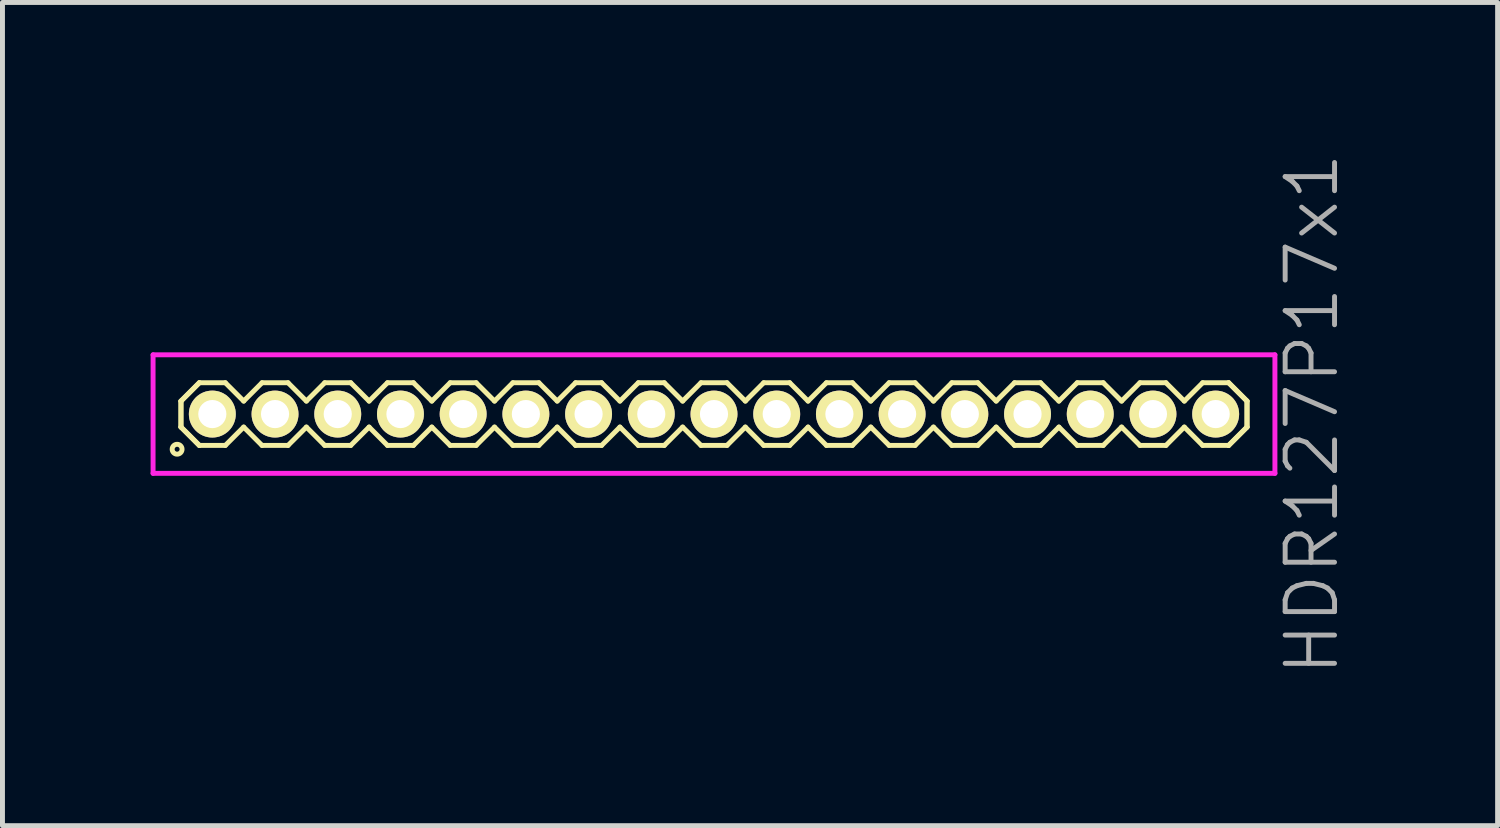
<source format=kicad_pcb>
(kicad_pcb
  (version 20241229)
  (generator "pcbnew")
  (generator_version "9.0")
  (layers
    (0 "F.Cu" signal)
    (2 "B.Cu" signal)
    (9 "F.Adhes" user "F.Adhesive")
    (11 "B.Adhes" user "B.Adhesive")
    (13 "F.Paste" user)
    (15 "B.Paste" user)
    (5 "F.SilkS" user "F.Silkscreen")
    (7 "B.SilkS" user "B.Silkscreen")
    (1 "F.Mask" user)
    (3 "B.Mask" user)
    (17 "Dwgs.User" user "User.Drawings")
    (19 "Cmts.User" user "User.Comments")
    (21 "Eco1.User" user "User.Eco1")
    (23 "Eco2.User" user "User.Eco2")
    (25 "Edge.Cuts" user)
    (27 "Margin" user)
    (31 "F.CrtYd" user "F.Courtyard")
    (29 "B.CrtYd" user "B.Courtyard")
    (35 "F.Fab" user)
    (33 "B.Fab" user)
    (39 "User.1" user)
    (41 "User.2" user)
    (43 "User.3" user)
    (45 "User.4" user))
  (footprint "HDR127P17x1"
    (layer "F.Cu")
    (at 11.41 5.336)
    (property "Reference" "HDR127P17x1" (at 12.11 0 90) (layer "F.Fab") (effects (font (size 1 1) (thickness 0.1))))
    (attr through_hole)
    (fp_line (start -10.795 -0.263) (end -10.423 -0.635) (stroke (width 0.1) (type solid)) (layer "F.SilkS"))
    (fp_line (start -10.795 -0.263) (end -10.423 -0.635) (stroke (width 0.1) (type solid)) (layer "F.SilkS"))
    (fp_line (start -10.795 0.263) (end -10.795 -0.263) (stroke (width 0.1) (type solid)) (layer "F.SilkS"))
    (fp_line (start -10.795 0.263) (end -10.795 -0.263) (stroke (width 0.1) (type solid)) (layer "F.SilkS"))
    (fp_line (start -10.423 -0.635) (end -9.897 -0.635) (stroke (width 0.1) (type solid)) (layer "F.SilkS"))
    (fp_line (start -10.423 0.635) (end -10.795 0.263) (stroke (width 0.1) (type solid)) (layer "F.SilkS"))
    (fp_line (start -10.423 0.635) (end -10.795 0.263) (stroke (width 0.1) (type solid)) (layer "F.SilkS"))
    (fp_line (start -9.897 -0.635) (end -9.525 -0.263) (stroke (width 0.1) (type solid)) (layer "F.SilkS"))
    (fp_line (start -9.897 0.635) (end -10.423 0.635) (stroke (width 0.1) (type solid)) (layer "F.SilkS"))
    (fp_line (start -9.525 -0.263) (end -9.153 -0.635) (stroke (width 0.1) (type solid)) (layer "F.SilkS"))
    (fp_line (start -9.525 0.263) (end -9.897 0.635) (stroke (width 0.1) (type solid)) (layer "F.SilkS"))
    (fp_line (start -9.153 -0.635) (end -8.627 -0.635) (stroke (width 0.1) (type solid)) (layer "F.SilkS"))
    (fp_line (start -9.153 0.635) (end -9.525 0.263) (stroke (width 0.1) (type solid)) (layer "F.SilkS"))
    (fp_line (start -8.627 -0.635) (end -8.255 -0.263) (stroke (width 0.1) (type solid)) (layer "F.SilkS"))
    (fp_line (start -8.627 0.635) (end -9.153 0.635) (stroke (width 0.1) (type solid)) (layer "F.SilkS"))
    (fp_line (start -8.255 -0.263) (end -7.883 -0.635) (stroke (width 0.1) (type solid)) (layer "F.SilkS"))
    (fp_line (start -8.255 0.263) (end -8.627 0.635) (stroke (width 0.1) (type solid)) (layer "F.SilkS"))
    (fp_line (start -7.883 -0.635) (end -7.357 -0.635) (stroke (width 0.1) (type solid)) (layer "F.SilkS"))
    (fp_line (start -7.883 0.635) (end -8.255 0.263) (stroke (width 0.1) (type solid)) (layer "F.SilkS"))
    (fp_line (start -7.357 -0.635) (end -6.985 -0.263) (stroke (width 0.1) (type solid)) (layer "F.SilkS"))
    (fp_line (start -7.357 0.635) (end -7.883 0.635) (stroke (width 0.1) (type solid)) (layer "F.SilkS"))
    (fp_line (start -6.985 -0.263) (end -6.613 -0.635) (stroke (width 0.1) (type solid)) (layer "F.SilkS"))
    (fp_line (start -6.985 0.263) (end -7.357 0.635) (stroke (width 0.1) (type solid)) (layer "F.SilkS"))
    (fp_line (start -6.613 -0.635) (end -6.087 -0.635) (stroke (width 0.1) (type solid)) (layer "F.SilkS"))
    (fp_line (start -6.613 0.635) (end -6.985 0.263) (stroke (width 0.1) (type solid)) (layer "F.SilkS"))
    (fp_line (start -6.087 -0.635) (end -5.715 -0.263) (stroke (width 0.1) (type solid)) (layer "F.SilkS"))
    (fp_line (start -6.087 0.635) (end -6.613 0.635) (stroke (width 0.1) (type solid)) (layer "F.SilkS"))
    (fp_line (start -5.715 -0.263) (end -5.343 -0.635) (stroke (width 0.1) (type solid)) (layer "F.SilkS"))
    (fp_line (start -5.715 0.263) (end -6.087 0.635) (stroke (width 0.1) (type solid)) (layer "F.SilkS"))
    (fp_line (start -5.343 -0.635) (end -4.817 -0.635) (stroke (width 0.1) (type solid)) (layer "F.SilkS"))
    (fp_line (start -5.343 0.635) (end -5.715 0.263) (stroke (width 0.1) (type solid)) (layer "F.SilkS"))
    (fp_line (start -4.817 -0.635) (end -4.445 -0.263) (stroke (width 0.1) (type solid)) (layer "F.SilkS"))
    (fp_line (start -4.817 0.635) (end -5.343 0.635) (stroke (width 0.1) (type solid)) (layer "F.SilkS"))
    (fp_line (start -4.445 -0.263) (end -4.073 -0.635) (stroke (width 0.1) (type solid)) (layer "F.SilkS"))
    (fp_line (start -4.445 0.263) (end -4.817 0.635) (stroke (width 0.1) (type solid)) (layer "F.SilkS"))
    (fp_line (start -4.073 -0.635) (end -3.547 -0.635) (stroke (width 0.1) (type solid)) (layer "F.SilkS"))
    (fp_line (start -4.073 0.635) (end -4.445 0.263) (stroke (width 0.1) (type solid)) (layer "F.SilkS"))
    (fp_line (start -3.547 -0.635) (end -3.175 -0.263) (stroke (width 0.1) (type solid)) (layer "F.SilkS"))
    (fp_line (start -3.547 0.635) (end -4.073 0.635) (stroke (width 0.1) (type solid)) (layer "F.SilkS"))
    (fp_line (start -3.175 -0.263) (end -2.803 -0.635) (stroke (width 0.1) (type solid)) (layer "F.SilkS"))
    (fp_line (start -3.175 0.263) (end -3.547 0.635) (stroke (width 0.1) (type solid)) (layer "F.SilkS"))
    (fp_line (start -2.803 -0.635) (end -2.277 -0.635) (stroke (width 0.1) (type solid)) (layer "F.SilkS"))
    (fp_line (start -2.803 0.635) (end -3.175 0.263) (stroke (width 0.1) (type solid)) (layer "F.SilkS"))
    (fp_line (start -2.277 -0.635) (end -1.905 -0.263) (stroke (width 0.1) (type solid)) (layer "F.SilkS"))
    (fp_line (start -2.277 0.635) (end -2.803 0.635) (stroke (width 0.1) (type solid)) (layer "F.SilkS"))
    (fp_line (start -1.905 -0.263) (end -1.533 -0.635) (stroke (width 0.1) (type solid)) (layer "F.SilkS"))
    (fp_line (start -1.905 0.263) (end -2.277 0.635) (stroke (width 0.1) (type solid)) (layer "F.SilkS"))
    (fp_line (start -1.533 -0.635) (end -1.007 -0.635) (stroke (width 0.1) (type solid)) (layer "F.SilkS"))
    (fp_line (start -1.533 0.635) (end -1.905 0.263) (stroke (width 0.1) (type solid)) (layer "F.SilkS"))
    (fp_line (start -1.007 -0.635) (end -0.635 -0.263) (stroke (width 0.1) (type solid)) (layer "F.SilkS"))
    (fp_line (start -1.007 0.635) (end -1.533 0.635) (stroke (width 0.1) (type solid)) (layer "F.SilkS"))
    (fp_line (start -0.635 -0.263) (end -0.263 -0.635) (stroke (width 0.1) (type solid)) (layer "F.SilkS"))
    (fp_line (start -0.635 0.263) (end -1.007 0.635) (stroke (width 0.1) (type solid)) (layer "F.SilkS"))
    (fp_line (start -0.263 -0.635) (end 0.263 -0.635) (stroke (width 0.1) (type solid)) (layer "F.SilkS"))
    (fp_line (start -0.263 0.635) (end -0.635 0.263) (stroke (width 0.1) (type solid)) (layer "F.SilkS"))
    (fp_line (start 0.263 -0.635) (end 0.635 -0.263) (stroke (width 0.1) (type solid)) (layer "F.SilkS"))
    (fp_line (start 0.263 0.635) (end -0.263 0.635) (stroke (width 0.1) (type solid)) (layer "F.SilkS"))
    (fp_line (start 0.635 -0.263) (end 1.007 -0.635) (stroke (width 0.1) (type solid)) (layer "F.SilkS"))
    (fp_line (start 0.635 0.263) (end 0.263 0.635) (stroke (width 0.1) (type solid)) (layer "F.SilkS"))
    (fp_line (start 1.007 -0.635) (end 1.533 -0.635) (stroke (width 0.1) (type solid)) (layer "F.SilkS"))
    (fp_line (start 1.007 0.635) (end 0.635 0.263) (stroke (width 0.1) (type solid)) (layer "F.SilkS"))
    (fp_line (start 1.533 -0.635) (end 1.905 -0.263) (stroke (width 0.1) (type solid)) (layer "F.SilkS"))
    (fp_line (start 1.533 0.635) (end 1.007 0.635) (stroke (width 0.1) (type solid)) (layer "F.SilkS"))
    (fp_line (start 1.905 -0.263) (end 2.277 -0.635) (stroke (width 0.1) (type solid)) (layer "F.SilkS"))
    (fp_line (start 1.905 0.263) (end 1.533 0.635) (stroke (width 0.1) (type solid)) (layer "F.SilkS"))
    (fp_line (start 2.277 -0.635) (end 2.803 -0.635) (stroke (width 0.1) (type solid)) (layer "F.SilkS"))
    (fp_line (start 2.277 0.635) (end 1.905 0.263) (stroke (width 0.1) (type solid)) (layer "F.SilkS"))
    (fp_line (start 2.803 -0.635) (end 3.175 -0.263) (stroke (width 0.1) (type solid)) (layer "F.SilkS"))
    (fp_line (start 2.803 0.635) (end 2.277 0.635) (stroke (width 0.1) (type solid)) (layer "F.SilkS"))
    (fp_line (start 3.175 -0.263) (end 3.547 -0.635) (stroke (width 0.1) (type solid)) (layer "F.SilkS"))
    (fp_line (start 3.175 0.263) (end 2.803 0.635) (stroke (width 0.1) (type solid)) (layer "F.SilkS"))
    (fp_line (start 3.547 -0.635) (end 4.073 -0.635) (stroke (width 0.1) (type solid)) (layer "F.SilkS"))
    (fp_line (start 3.547 0.635) (end 3.175 0.263) (stroke (width 0.1) (type solid)) (layer "F.SilkS"))
    (fp_line (start 4.073 -0.635) (end 4.445 -0.263) (stroke (width 0.1) (type solid)) (layer "F.SilkS"))
    (fp_line (start 4.073 0.635) (end 3.547 0.635) (stroke (width 0.1) (type solid)) (layer "F.SilkS"))
    (fp_line (start 4.445 -0.263) (end 4.817 -0.635) (stroke (width 0.1) (type solid)) (layer "F.SilkS"))
    (fp_line (start 4.445 0.263) (end 4.073 0.635) (stroke (width 0.1) (type solid)) (layer "F.SilkS"))
    (fp_line (start 4.817 -0.635) (end 5.343 -0.635) (stroke (width 0.1) (type solid)) (layer "F.SilkS"))
    (fp_line (start 4.817 0.635) (end 4.445 0.263) (stroke (width 0.1) (type solid)) (layer "F.SilkS"))
    (fp_line (start 5.343 -0.635) (end 5.715 -0.263) (stroke (width 0.1) (type solid)) (layer "F.SilkS"))
    (fp_line (start 5.343 0.635) (end 4.817 0.635) (stroke (width 0.1) (type solid)) (layer "F.SilkS"))
    (fp_line (start 5.715 -0.263) (end 6.087 -0.635) (stroke (width 0.1) (type solid)) (layer "F.SilkS"))
    (fp_line (start 5.715 0.263) (end 5.343 0.635) (stroke (width 0.1) (type solid)) (layer "F.SilkS"))
    (fp_line (start 6.087 -0.635) (end 6.613 -0.635) (stroke (width 0.1) (type solid)) (layer "F.SilkS"))
    (fp_line (start 6.087 0.635) (end 5.715 0.263) (stroke (width 0.1) (type solid)) (layer "F.SilkS"))
    (fp_line (start 6.613 -0.635) (end 6.985 -0.263) (stroke (width 0.1) (type solid)) (layer "F.SilkS"))
    (fp_line (start 6.613 0.635) (end 6.087 0.635) (stroke (width 0.1) (type solid)) (layer "F.SilkS"))
    (fp_line (start 6.985 -0.263) (end 7.357 -0.635) (stroke (width 0.1) (type solid)) (layer "F.SilkS"))
    (fp_line (start 6.985 0.263) (end 6.613 0.635) (stroke (width 0.1) (type solid)) (layer "F.SilkS"))
    (fp_line (start 7.357 -0.635) (end 7.883 -0.635) (stroke (width 0.1) (type solid)) (layer "F.SilkS"))
    (fp_line (start 7.357 0.635) (end 6.985 0.263) (stroke (width 0.1) (type solid)) (layer "F.SilkS"))
    (fp_line (start 7.883 -0.635) (end 8.255 -0.263) (stroke (width 0.1) (type solid)) (layer "F.SilkS"))
    (fp_line (start 7.883 0.635) (end 7.357 0.635) (stroke (width 0.1) (type solid)) (layer "F.SilkS"))
    (fp_line (start 8.255 -0.263) (end 8.627 -0.635) (stroke (width 0.1) (type solid)) (layer "F.SilkS"))
    (fp_line (start 8.255 0.263) (end 7.883 0.635) (stroke (width 0.1) (type solid)) (layer "F.SilkS"))
    (fp_line (start 8.627 -0.635) (end 9.153 -0.635) (stroke (width 0.1) (type solid)) (layer "F.SilkS"))
    (fp_line (start 8.627 0.635) (end 8.255 0.263) (stroke (width 0.1) (type solid)) (layer "F.SilkS"))
    (fp_line (start 9.153 -0.635) (end 9.525 -0.263) (stroke (width 0.1) (type solid)) (layer "F.SilkS"))
    (fp_line (start 9.153 0.635) (end 8.627 0.635) (stroke (width 0.1) (type solid)) (layer "F.SilkS"))
    (fp_line (start 9.525 -0.263) (end 9.897 -0.635) (stroke (width 0.1) (type solid)) (layer "F.SilkS"))
    (fp_line (start 9.525 0.263) (end 9.153 0.635) (stroke (width 0.1) (type solid)) (layer "F.SilkS"))
    (fp_line (start 9.897 -0.635) (end 10.423 -0.635) (stroke (width 0.1) (type solid)) (layer "F.SilkS"))
    (fp_line (start 9.897 0.635) (end 9.525 0.263) (stroke (width 0.1) (type solid)) (layer "F.SilkS"))
    (fp_line (start 10.423 -0.635) (end 10.795 -0.263) (stroke (width 0.1) (type solid)) (layer "F.SilkS"))
    (fp_line (start 10.423 -0.635) (end 10.795 -0.263) (stroke (width 0.1) (type solid)) (layer "F.SilkS"))
    (fp_line (start 10.423 0.635) (end 9.897 0.635) (stroke (width 0.1) (type solid)) (layer "F.SilkS"))
    (fp_line (start 10.795 -0.263) (end 10.795 0.263) (stroke (width 0.1) (type solid)) (layer "F.SilkS"))
    (fp_line (start 10.795 -0.263) (end 10.795 0.263) (stroke (width 0.1) (type solid)) (layer "F.SilkS"))
    (fp_line (start 10.795 0.263) (end 10.423 0.635) (stroke (width 0.1) (type solid)) (layer "F.SilkS"))
    (fp_line (start 10.795 0.263) (end 10.423 0.635) (stroke (width 0.1) (type solid)) (layer "F.SilkS"))
    (fp_circle (center -10.873 0.712) (end -10.773 0.712) (stroke (width 0.1) (type solid)) (fill no) (layer "F.SilkS"))
    (fp_line (start -11.36 -1.2) (end -11.36 1.2) (stroke (width 0.1) (type solid)) (layer "F.CrtYd"))
    (fp_line (start -11.36 1.2) (end 11.36 1.2) (stroke (width 0.1) (type solid)) (layer "F.CrtYd"))
    (fp_line (start 11.36 -1.2) (end -11.36 -1.2) (stroke (width 0.1) (type solid)) (layer "F.CrtYd"))
    (fp_line (start 11.36 1.2) (end 11.36 -1.2) (stroke (width 0.1) (type solid)) (layer "F.CrtYd"))
    (pad "1" thru_hole oval (at -10.16 0) (size 0.95 0.95) (drill 0.57) (layers "*.Cu" "*.Mask" "F.SilkS"))
    (pad "2" thru_hole oval (at -8.89 0) (size 0.95 0.95) (drill 0.57) (layers "*.Cu" "*.Mask" "F.SilkS"))
    (pad "3" thru_hole oval (at -7.62 0) (size 0.95 0.95) (drill 0.57) (layers "*.Cu" "*.Mask" "F.SilkS"))
    (pad "4" thru_hole oval (at -6.35 0) (size 0.95 0.95) (drill 0.57) (layers "*.Cu" "*.Mask" "F.SilkS"))
    (pad "5" thru_hole oval (at -5.08 0) (size 0.95 0.95) (drill 0.57) (layers "*.Cu" "*.Mask" "F.SilkS"))
    (pad "6" thru_hole oval (at -3.81 0) (size 0.95 0.95) (drill 0.57) (layers "*.Cu" "*.Mask" "F.SilkS"))
    (pad "7" thru_hole oval (at -2.54 0) (size 0.95 0.95) (drill 0.57) (layers "*.Cu" "*.Mask" "F.SilkS"))
    (pad "8" thru_hole oval (at -1.27 0) (size 0.95 0.95) (drill 0.57) (layers "*.Cu" "*.Mask" "F.SilkS"))
    (pad "9" thru_hole oval (at 0 0) (size 0.95 0.95) (drill 0.57) (layers "*.Cu" "*.Mask" "F.SilkS"))
    (pad "10" thru_hole oval (at 1.27 0) (size 0.95 0.95) (drill 0.57) (layers "*.Cu" "*.Mask" "F.SilkS"))
    (pad "11" thru_hole oval (at 2.54 0) (size 0.95 0.95) (drill 0.57) (layers "*.Cu" "*.Mask" "F.SilkS"))
    (pad "12" thru_hole oval (at 3.81 0) (size 0.95 0.95) (drill 0.57) (layers "*.Cu" "*.Mask" "F.SilkS"))
    (pad "13" thru_hole oval (at 5.08 0) (size 0.95 0.95) (drill 0.57) (layers "*.Cu" "*.Mask" "F.SilkS"))
    (pad "14" thru_hole oval (at 6.35 0) (size 0.95 0.95) (drill 0.57) (layers "*.Cu" "*.Mask" "F.SilkS"))
    (pad "15" thru_hole oval (at 7.62 0) (size 0.95 0.95) (drill 0.57) (layers "*.Cu" "*.Mask" "F.SilkS"))
    (pad "16" thru_hole oval (at 8.89 0) (size 0.95 0.95) (drill 0.57) (layers "*.Cu" "*.Mask" "F.SilkS"))
    (pad "17" thru_hole oval (at 10.16 0) (size 0.95 0.95) (drill 0.57) (layers "*.Cu" "*.Mask" "F.SilkS")))
  (gr_rect
    (start -3 -3)
    (end 27.28 13.671)
    (stroke (width 0.1) (type default))
    (fill no)
    (layer "Edge.Cuts")))
</source>
